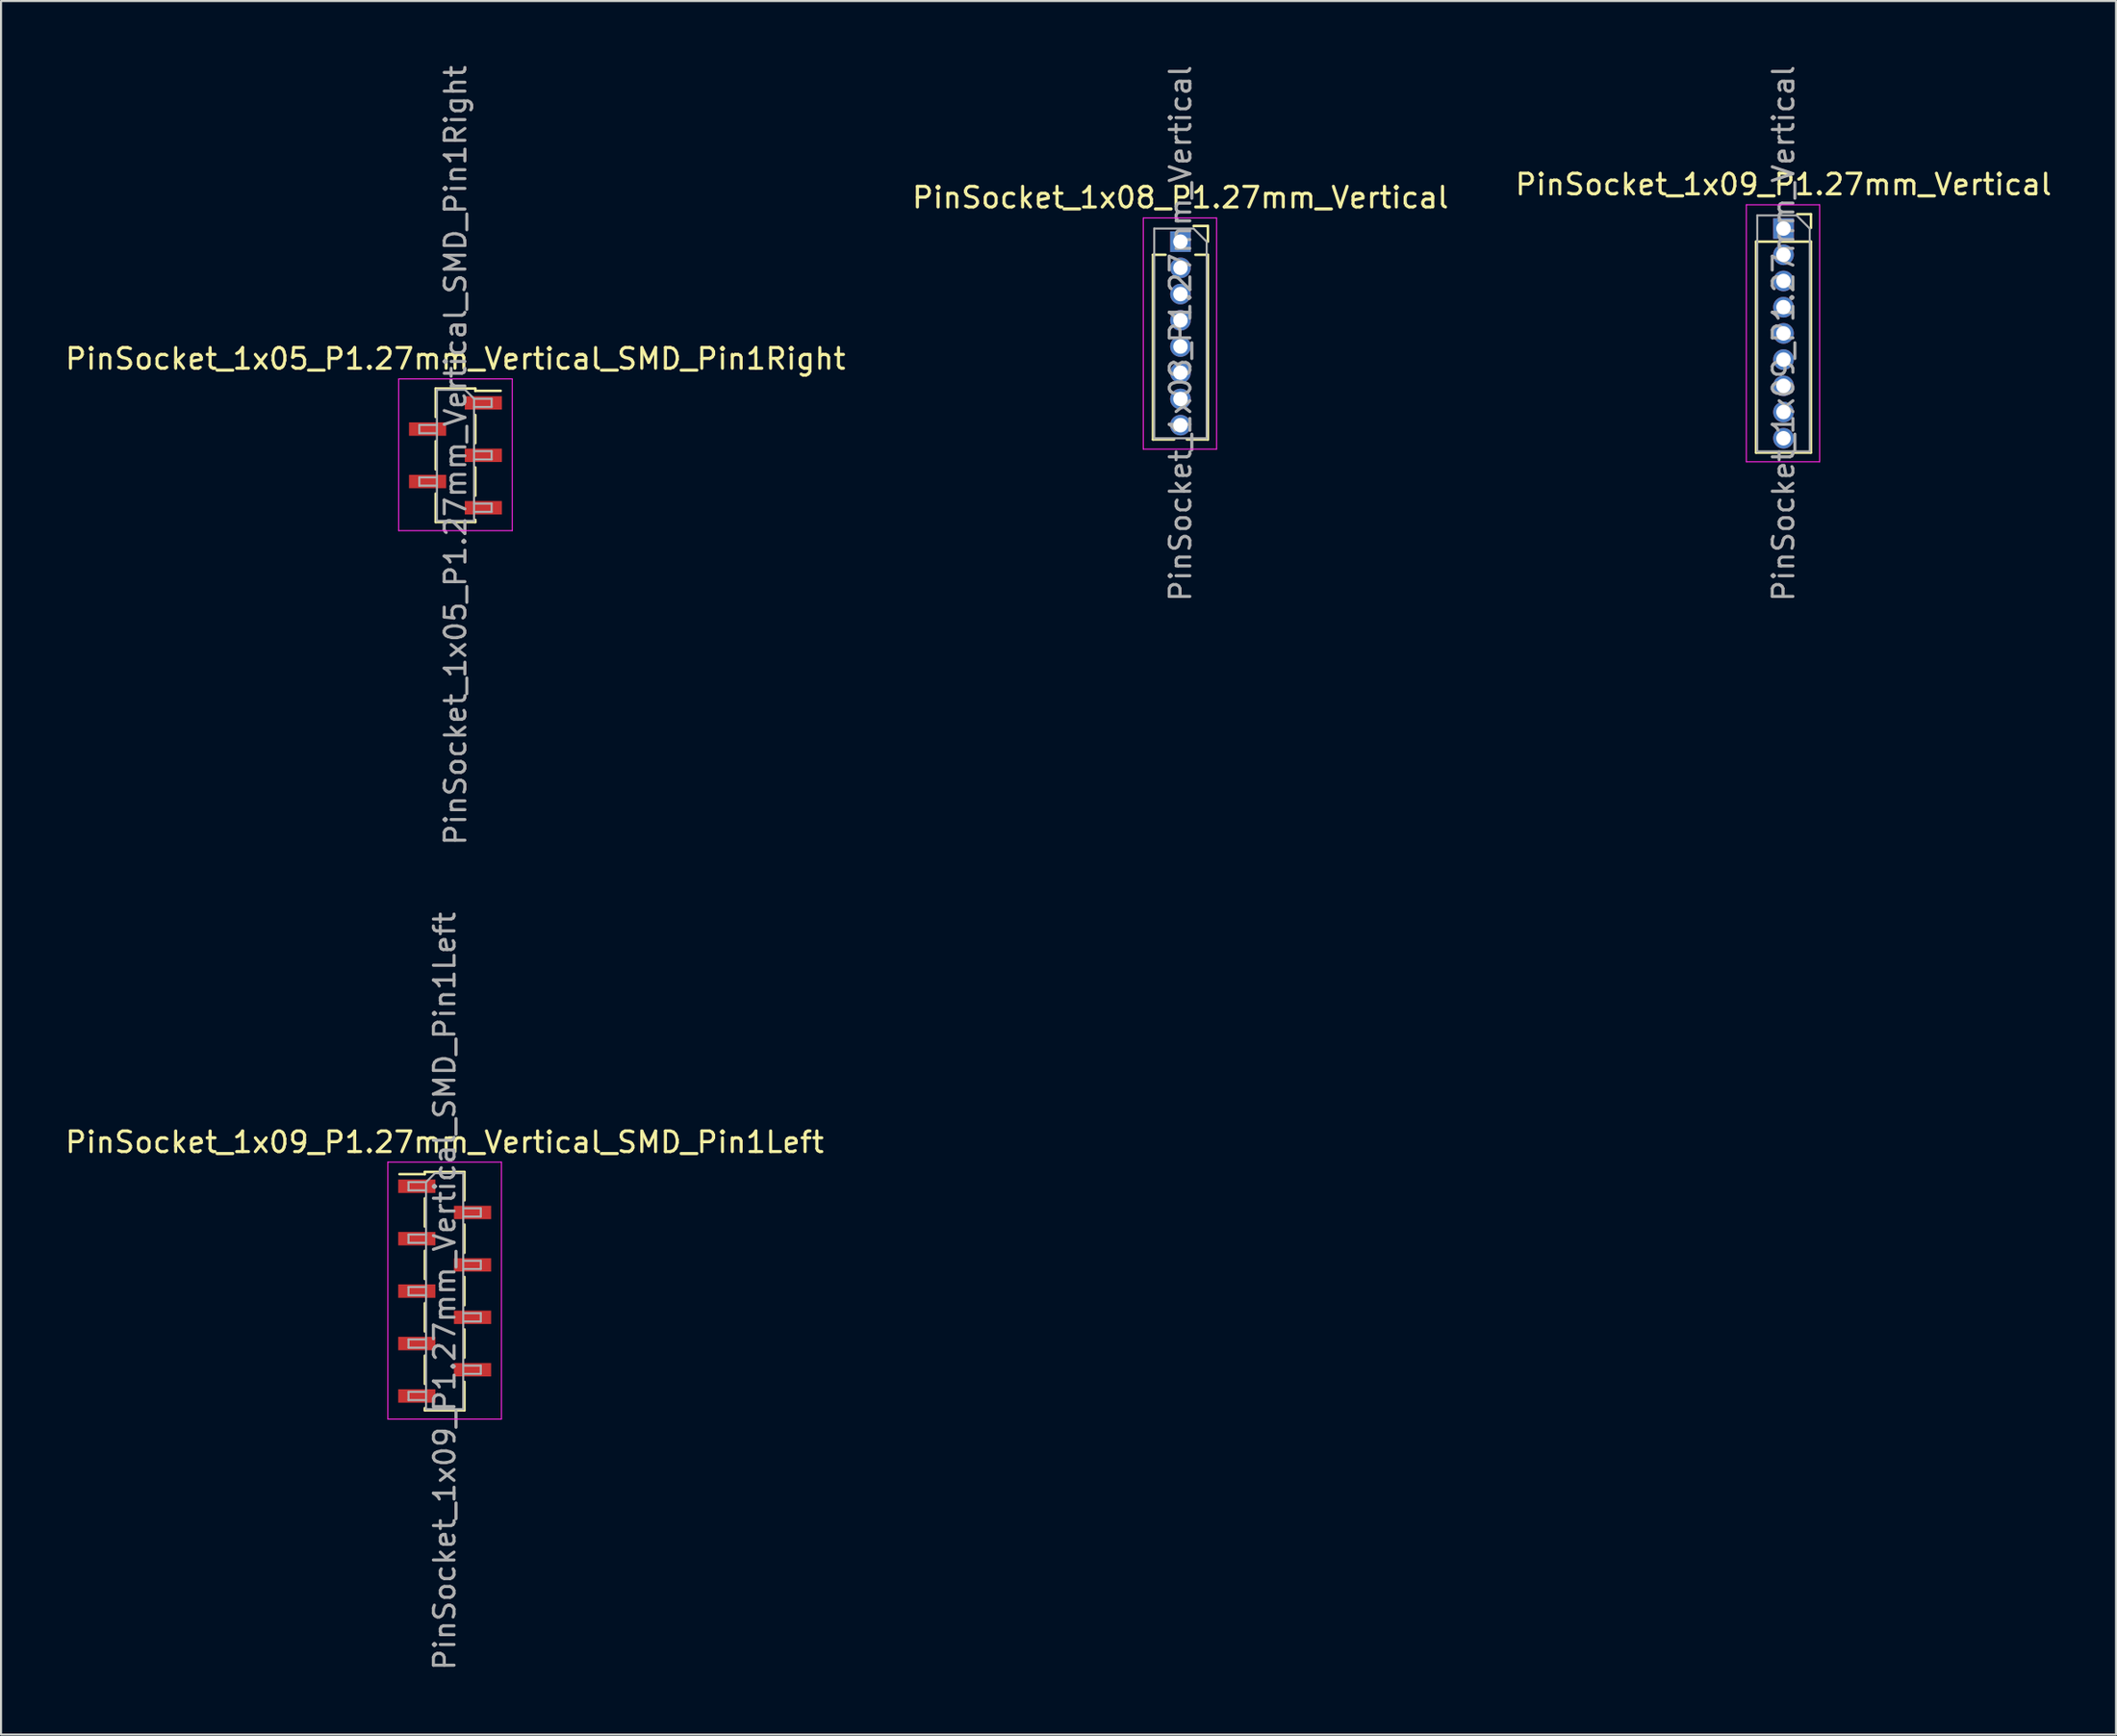
<source format=kicad_pcb>
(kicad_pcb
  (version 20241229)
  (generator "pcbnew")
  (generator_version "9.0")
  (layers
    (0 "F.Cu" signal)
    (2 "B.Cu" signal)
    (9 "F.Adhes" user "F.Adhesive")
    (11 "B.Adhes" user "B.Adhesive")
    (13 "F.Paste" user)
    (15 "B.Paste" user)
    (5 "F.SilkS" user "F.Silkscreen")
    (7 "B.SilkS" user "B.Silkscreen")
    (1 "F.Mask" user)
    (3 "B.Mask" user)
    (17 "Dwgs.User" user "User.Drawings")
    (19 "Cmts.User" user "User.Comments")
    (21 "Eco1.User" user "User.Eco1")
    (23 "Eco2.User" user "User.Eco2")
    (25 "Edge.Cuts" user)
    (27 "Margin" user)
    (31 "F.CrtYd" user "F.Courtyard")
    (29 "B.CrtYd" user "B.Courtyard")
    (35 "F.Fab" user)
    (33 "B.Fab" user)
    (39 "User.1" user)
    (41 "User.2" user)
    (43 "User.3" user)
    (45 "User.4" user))
  (footprint "PinSocket_1x09_P1.27mm_Vertical"
    (layer "F.Cu")
    (at 83.315 8.021)
    (property "Reference" "PinSocket_1x09_P1.27mm_Vertical" (at 0 -2.135 0) (layer "F.SilkS") (effects (font (size 1 1) (thickness 0.15))))
    (attr through_hole)
    (fp_line (start -1.33 0.635) (end -1.33 10.855) (stroke (width 0.12) (type solid)) (layer "F.SilkS"))
    (fp_line (start -1.33 10.855) (end 1.33 10.855) (stroke (width 0.12) (type solid)) (layer "F.SilkS"))
    (fp_line (start 1.33 -0.695) (end 0.665 -0.695) (stroke (width 0.12) (type solid)) (layer "F.SilkS"))
    (fp_line (start 1.33 -0.03) (end 1.33 -0.695) (stroke (width 0.12) (type solid)) (layer "F.SilkS"))
    (fp_line (start 1.33 0.635) (end -1.33 0.635) (stroke (width 0.12) (type solid)) (layer "F.SilkS"))
    (fp_line (start 1.33 10.855) (end 1.33 0.635) (stroke (width 0.12) (type solid)) (layer "F.SilkS"))
    (fp_line (start -1.8 -1.15) (end 1.75 -1.15) (stroke (width 0.05) (type solid)) (layer "F.CrtYd"))
    (fp_line (start -1.8 11.3) (end -1.8 -1.15) (stroke (width 0.05) (type solid)) (layer "F.CrtYd"))
    (fp_line (start 1.75 -1.15) (end 1.75 11.3) (stroke (width 0.05) (type solid)) (layer "F.CrtYd"))
    (fp_line (start 1.75 11.3) (end -1.8 11.3) (stroke (width 0.05) (type solid)) (layer "F.CrtYd"))
    (fp_line (start -1.27 -0.635) (end 0.635 -0.635) (stroke (width 0.1) (type solid)) (layer "F.Fab"))
    (fp_line (start -1.27 10.795) (end -1.27 -0.635) (stroke (width 0.1) (type solid)) (layer "F.Fab"))
    (fp_line (start 0.635 -0.635) (end 1.27 0) (stroke (width 0.1) (type solid)) (layer "F.Fab"))
    (fp_line (start 1.27 0) (end 1.27 10.795) (stroke (width 0.1) (type solid)) (layer "F.Fab"))
    (fp_line (start 1.27 10.795) (end -1.27 10.795) (stroke (width 0.1) (type solid)) (layer "F.Fab"))
    (fp_text user "${REFERENCE}" (at 0 5.08 90) (layer "F.Fab") (effects (font (size 1 1) (thickness 0.15))))
    (pad "1" thru_hole rect (at 0 0) (size 1 1) (drill 0.7) (layers "*.Cu" "*.Mask"))
    (pad "2" thru_hole oval (at 0 1.27) (size 1 1) (drill 0.7) (layers "*.Cu" "*.Mask"))
    (pad "3" thru_hole oval (at 0 2.54) (size 1 1) (drill 0.7) (layers "*.Cu" "*.Mask"))
    (pad "4" thru_hole oval (at 0 3.81) (size 1 1) (drill 0.7) (layers "*.Cu" "*.Mask"))
    (pad "5" thru_hole oval (at 0 5.08) (size 1 1) (drill 0.7) (layers "*.Cu" "*.Mask"))
    (pad "6" thru_hole oval (at 0 6.35) (size 1 1) (drill 0.7) (layers "*.Cu" "*.Mask"))
    (pad "7" thru_hole oval (at 0 7.62) (size 1 1) (drill 0.7) (layers "*.Cu" "*.Mask"))
    (pad "8" thru_hole oval (at 0 8.89) (size 1 1) (drill 0.7) (layers "*.Cu" "*.Mask"))
    (pad "9" thru_hole oval (at 0 10.16) (size 1 1) (drill 0.7) (layers "*.Cu" "*.Mask")))
  (footprint "PinSocket_1x08_P1.27mm_Vertical"
    (layer "F.Cu")
    (at 54.113 8.656)
    (property "Reference" "PinSocket_1x08_P1.27mm_Vertical" (at 0 -2.135 0) (layer "F.SilkS") (effects (font (size 1 1) (thickness 0.15))))
    (attr through_hole)
    (fp_line (start -1.33 0.635) (end -1.33 9.585) (stroke (width 0.12) (type solid)) (layer "F.SilkS"))
    (fp_line (start -1.33 0.635) (end -0.722 0.635) (stroke (width 0.12) (type solid)) (layer "F.SilkS"))
    (fp_line (start -1.33 9.585) (end -0.308 9.585) (stroke (width 0.12) (type solid)) (layer "F.SilkS"))
    (fp_line (start 0.308 9.585) (end 1.33 9.585) (stroke (width 0.12) (type solid)) (layer "F.SilkS"))
    (fp_line (start 0.635 -0.76) (end 1.33 -0.76) (stroke (width 0.12) (type solid)) (layer "F.SilkS"))
    (fp_line (start 0.722 0.635) (end 1.33 0.635) (stroke (width 0.12) (type solid)) (layer "F.SilkS"))
    (fp_line (start 1.33 -0.76) (end 1.33 0) (stroke (width 0.12) (type solid)) (layer "F.SilkS"))
    (fp_line (start 1.33 0.635) (end 1.33 9.585) (stroke (width 0.12) (type solid)) (layer "F.SilkS"))
    (fp_line (start -1.8 -1.15) (end 1.75 -1.15) (stroke (width 0.05) (type solid)) (layer "F.CrtYd"))
    (fp_line (start -1.8 10.05) (end -1.8 -1.15) (stroke (width 0.05) (type solid)) (layer "F.CrtYd"))
    (fp_line (start 1.75 -1.15) (end 1.75 10.05) (stroke (width 0.05) (type solid)) (layer "F.CrtYd"))
    (fp_line (start 1.75 10.05) (end -1.8 10.05) (stroke (width 0.05) (type solid)) (layer "F.CrtYd"))
    (fp_line (start -1.27 -0.635) (end 0.635 -0.635) (stroke (width 0.1) (type solid)) (layer "F.Fab"))
    (fp_line (start -1.27 9.525) (end -1.27 -0.635) (stroke (width 0.1) (type solid)) (layer "F.Fab"))
    (fp_line (start 0.635 -0.635) (end 1.27 0) (stroke (width 0.1) (type solid)) (layer "F.Fab"))
    (fp_line (start 1.27 0) (end 1.27 9.525) (stroke (width 0.1) (type solid)) (layer "F.Fab"))
    (fp_line (start 1.27 9.525) (end -1.27 9.525) (stroke (width 0.1) (type solid)) (layer "F.Fab"))
    (fp_text user "${REFERENCE}" (at 0 4.445 90) (layer "F.Fab") (effects (font (size 1 1) (thickness 0.15))))
    (pad "1" thru_hole rect (at 0 0) (size 1 1) (drill 0.7) (layers "*.Cu" "*.Mask"))
    (pad "2" thru_hole oval (at 0 1.27) (size 1 1) (drill 0.7) (layers "*.Cu" "*.Mask"))
    (pad "3" thru_hole oval (at 0 2.54) (size 1 1) (drill 0.7) (layers "*.Cu" "*.Mask"))
    (pad "4" thru_hole oval (at 0 3.81) (size 1 1) (drill 0.7) (layers "*.Cu" "*.Mask"))
    (pad "5" thru_hole oval (at 0 5.08) (size 1 1) (drill 0.7) (layers "*.Cu" "*.Mask"))
    (pad "6" thru_hole oval (at 0 6.35) (size 1 1) (drill 0.7) (layers "*.Cu" "*.Mask"))
    (pad "7" thru_hole oval (at 0 7.62) (size 1 1) (drill 0.7) (layers "*.Cu" "*.Mask"))
    (pad "8" thru_hole oval (at 0 8.89) (size 1 1) (drill 0.7) (layers "*.Cu" "*.Mask")))
  (footprint "PinSocket_1x05_P1.27mm_Vertical_SMD_Pin1Right"
    (layer "F.Cu")
    (at 19.006 19.006)
    (property "Reference" "PinSocket_1x05_P1.27mm_Vertical_SMD_Pin1Right" (at 0 -4.675 0) (layer "F.SilkS") (effects (font (size 1 1) (thickness 0.15))))
    (attr smd)
    (fp_line (start -0.96 -3.235) (end -0.96 -1.855) (stroke (width 0.12) (type solid)) (layer "F.SilkS"))
    (fp_line (start -0.96 -3.235) (end 0.96 -3.235) (stroke (width 0.12) (type solid)) (layer "F.SilkS"))
    (fp_line (start -0.96 -0.685) (end -0.96 0.685) (stroke (width 0.12) (type solid)) (layer "F.SilkS"))
    (fp_line (start -0.96 1.855) (end -0.96 3.235) (stroke (width 0.12) (type solid)) (layer "F.SilkS"))
    (fp_line (start -0.96 3.235) (end 0.96 3.235) (stroke (width 0.12) (type solid)) (layer "F.SilkS"))
    (fp_line (start 0.96 -3.235) (end 0.96 -3.125) (stroke (width 0.12) (type solid)) (layer "F.SilkS"))
    (fp_line (start 0.96 -3.125) (end 2.19 -3.125) (stroke (width 0.12) (type solid)) (layer "F.SilkS"))
    (fp_line (start 0.96 -1.955) (end 0.96 -0.585) (stroke (width 0.12) (type solid)) (layer "F.SilkS"))
    (fp_line (start 0.96 0.585) (end 0.96 1.955) (stroke (width 0.12) (type solid)) (layer "F.SilkS"))
    (fp_line (start 0.96 3.125) (end 0.96 3.235) (stroke (width 0.12) (type solid)) (layer "F.SilkS"))
    (fp_line (start -2.75 -3.7) (end 2.75 -3.7) (stroke (width 0.05) (type solid)) (layer "F.CrtYd"))
    (fp_line (start -2.75 3.65) (end -2.75 -3.7) (stroke (width 0.05) (type solid)) (layer "F.CrtYd"))
    (fp_line (start 2.75 -3.7) (end 2.75 3.65) (stroke (width 0.05) (type solid)) (layer "F.CrtYd"))
    (fp_line (start 2.75 3.65) (end -2.75 3.65) (stroke (width 0.05) (type solid)) (layer "F.CrtYd"))
    (fp_line (start -1.75 -1.47) (end -0.9 -1.47) (stroke (width 0.1) (type solid)) (layer "F.Fab"))
    (fp_line (start -1.75 -1.07) (end -1.75 -1.47) (stroke (width 0.1) (type solid)) (layer "F.Fab"))
    (fp_line (start -1.75 1.07) (end -0.9 1.07) (stroke (width 0.1) (type solid)) (layer "F.Fab"))
    (fp_line (start -1.75 1.47) (end -1.75 1.07) (stroke (width 0.1) (type solid)) (layer "F.Fab"))
    (fp_line (start -0.9 -3.175) (end 0.465 -3.175) (stroke (width 0.1) (type solid)) (layer "F.Fab"))
    (fp_line (start -0.9 -1.07) (end -1.75 -1.07) (stroke (width 0.1) (type solid)) (layer "F.Fab"))
    (fp_line (start -0.9 1.47) (end -1.75 1.47) (stroke (width 0.1) (type solid)) (layer "F.Fab"))
    (fp_line (start -0.9 3.175) (end -0.9 -3.175) (stroke (width 0.1) (type solid)) (layer "F.Fab"))
    (fp_line (start 0.465 -3.175) (end 0.9 -2.74) (stroke (width 0.1) (type solid)) (layer "F.Fab"))
    (fp_line (start 0.9 -2.74) (end 0.9 3.175) (stroke (width 0.1) (type solid)) (layer "F.Fab"))
    (fp_line (start 0.9 -2.74) (end 1.75 -2.74) (stroke (width 0.1) (type solid)) (layer "F.Fab"))
    (fp_line (start 0.9 -0.2) (end 1.75 -0.2) (stroke (width 0.1) (type solid)) (layer "F.Fab"))
    (fp_line (start 0.9 2.34) (end 1.75 2.34) (stroke (width 0.1) (type solid)) (layer "F.Fab"))
    (fp_line (start 0.9 3.175) (end -0.9 3.175) (stroke (width 0.1) (type solid)) (layer "F.Fab"))
    (fp_line (start 1.75 -2.74) (end 1.75 -2.34) (stroke (width 0.1) (type solid)) (layer "F.Fab"))
    (fp_line (start 1.75 -2.34) (end 0.9 -2.34) (stroke (width 0.1) (type solid)) (layer "F.Fab"))
    (fp_line (start 1.75 -0.2) (end 1.75 0.2) (stroke (width 0.1) (type solid)) (layer "F.Fab"))
    (fp_line (start 1.75 0.2) (end 0.9 0.2) (stroke (width 0.1) (type solid)) (layer "F.Fab"))
    (fp_line (start 1.75 2.34) (end 1.75 2.74) (stroke (width 0.1) (type solid)) (layer "F.Fab"))
    (fp_line (start 1.75 2.74) (end 0.9 2.74) (stroke (width 0.1) (type solid)) (layer "F.Fab"))
    (fp_text user "${REFERENCE}" (at 0 0 90) (layer "F.Fab") (effects (font (size 1 1) (thickness 0.15))))
    (pad "1" smd rect (at 1.35 -2.54) (size 1.8 0.65) (layers "F.Cu" "F.Mask" "F.Paste"))
    (pad "2" smd rect (at -1.35 -1.27) (size 1.8 0.65) (layers "F.Cu" "F.Mask" "F.Paste"))
    (pad "3" smd rect (at 1.35 0) (size 1.8 0.65) (layers "F.Cu" "F.Mask" "F.Paste"))
    (pad "4" smd rect (at -1.35 1.27) (size 1.8 0.65) (layers "F.Cu" "F.Mask" "F.Paste"))
    (pad "5" smd rect (at 1.35 2.54) (size 1.8 0.65) (layers "F.Cu" "F.Mask" "F.Paste")))
  (footprint "PinSocket_1x09_P1.27mm_Vertical_SMD_Pin1Left"
    (layer "F.Cu")
    (at 18.482 59.494)
    (property "Reference" "PinSocket_1x09_P1.27mm_Vertical_SMD_Pin1Left" (at 0 -7.215 0) (layer "F.SilkS") (effects (font (size 1 1) (thickness 0.15))))
    (attr smd)
    (fp_line (start -2.19 -5.665) (end -0.96 -5.665) (stroke (width 0.12) (type solid)) (layer "F.SilkS"))
    (fp_line (start -0.96 -5.775) (end -0.96 -5.665) (stroke (width 0.12) (type solid)) (layer "F.SilkS"))
    (fp_line (start -0.96 -5.775) (end 0.96 -5.775) (stroke (width 0.12) (type solid)) (layer "F.SilkS"))
    (fp_line (start -0.96 -4.495) (end -0.96 -3.125) (stroke (width 0.12) (type solid)) (layer "F.SilkS"))
    (fp_line (start -0.96 -1.955) (end -0.96 -0.585) (stroke (width 0.12) (type solid)) (layer "F.SilkS"))
    (fp_line (start -0.96 0.585) (end -0.96 1.955) (stroke (width 0.12) (type solid)) (layer "F.SilkS"))
    (fp_line (start -0.96 3.125) (end -0.96 4.495) (stroke (width 0.12) (type solid)) (layer "F.SilkS"))
    (fp_line (start -0.96 5.665) (end -0.96 5.775) (stroke (width 0.12) (type solid)) (layer "F.SilkS"))
    (fp_line (start -0.96 5.775) (end 0.96 5.775) (stroke (width 0.12) (type solid)) (layer "F.SilkS"))
    (fp_line (start 0.96 -5.775) (end 0.96 -4.395) (stroke (width 0.12) (type solid)) (layer "F.SilkS"))
    (fp_line (start 0.96 -3.225) (end 0.96 -1.855) (stroke (width 0.12) (type solid)) (layer "F.SilkS"))
    (fp_line (start 0.96 -0.685) (end 0.96 0.685) (stroke (width 0.12) (type solid)) (layer "F.SilkS"))
    (fp_line (start 0.96 1.855) (end 0.96 3.225) (stroke (width 0.12) (type solid)) (layer "F.SilkS"))
    (fp_line (start 0.96 4.395) (end 0.96 5.775) (stroke (width 0.12) (type solid)) (layer "F.SilkS"))
    (fp_line (start -2.75 -6.25) (end 2.75 -6.25) (stroke (width 0.05) (type solid)) (layer "F.CrtYd"))
    (fp_line (start -2.75 6.2) (end -2.75 -6.25) (stroke (width 0.05) (type solid)) (layer "F.CrtYd"))
    (fp_line (start 2.75 -6.25) (end 2.75 6.2) (stroke (width 0.05) (type solid)) (layer "F.CrtYd"))
    (fp_line (start 2.75 6.2) (end -2.75 6.2) (stroke (width 0.05) (type solid)) (layer "F.CrtYd"))
    (fp_line (start -1.75 -5.28) (end -0.9 -5.28) (stroke (width 0.1) (type solid)) (layer "F.Fab"))
    (fp_line (start -1.75 -4.88) (end -1.75 -5.28) (stroke (width 0.1) (type solid)) (layer "F.Fab"))
    (fp_line (start -1.75 -2.74) (end -0.9 -2.74) (stroke (width 0.1) (type solid)) (layer "F.Fab"))
    (fp_line (start -1.75 -2.34) (end -1.75 -2.74) (stroke (width 0.1) (type solid)) (layer "F.Fab"))
    (fp_line (start -1.75 -0.2) (end -0.9 -0.2) (stroke (width 0.1) (type solid)) (layer "F.Fab"))
    (fp_line (start -1.75 0.2) (end -1.75 -0.2) (stroke (width 0.1) (type solid)) (layer "F.Fab"))
    (fp_line (start -1.75 2.34) (end -0.9 2.34) (stroke (width 0.1) (type solid)) (layer "F.Fab"))
    (fp_line (start -1.75 2.74) (end -1.75 2.34) (stroke (width 0.1) (type solid)) (layer "F.Fab"))
    (fp_line (start -1.75 4.88) (end -0.9 4.88) (stroke (width 0.1) (type solid)) (layer "F.Fab"))
    (fp_line (start -1.75 5.28) (end -1.75 4.88) (stroke (width 0.1) (type solid)) (layer "F.Fab"))
    (fp_line (start -0.9 -5.28) (end -0.465 -5.715) (stroke (width 0.1) (type solid)) (layer "F.Fab"))
    (fp_line (start -0.9 -4.88) (end -1.75 -4.88) (stroke (width 0.1) (type solid)) (layer "F.Fab"))
    (fp_line (start -0.9 -2.34) (end -1.75 -2.34) (stroke (width 0.1) (type solid)) (layer "F.Fab"))
    (fp_line (start -0.9 0.2) (end -1.75 0.2) (stroke (width 0.1) (type solid)) (layer "F.Fab"))
    (fp_line (start -0.9 2.74) (end -1.75 2.74) (stroke (width 0.1) (type solid)) (layer "F.Fab"))
    (fp_line (start -0.9 5.28) (end -1.75 5.28) (stroke (width 0.1) (type solid)) (layer "F.Fab"))
    (fp_line (start -0.9 5.715) (end -0.9 -5.28) (stroke (width 0.1) (type solid)) (layer "F.Fab"))
    (fp_line (start -0.465 -5.715) (end 0.9 -5.715) (stroke (width 0.1) (type solid)) (layer "F.Fab"))
    (fp_line (start 0.9 -5.715) (end 0.9 5.715) (stroke (width 0.1) (type solid)) (layer "F.Fab"))
    (fp_line (start 0.9 -4.01) (end 1.75 -4.01) (stroke (width 0.1) (type solid)) (layer "F.Fab"))
    (fp_line (start 0.9 -1.47) (end 1.75 -1.47) (stroke (width 0.1) (type solid)) (layer "F.Fab"))
    (fp_line (start 0.9 1.07) (end 1.75 1.07) (stroke (width 0.1) (type solid)) (layer "F.Fab"))
    (fp_line (start 0.9 3.61) (end 1.75 3.61) (stroke (width 0.1) (type solid)) (layer "F.Fab"))
    (fp_line (start 0.9 5.715) (end -0.9 5.715) (stroke (width 0.1) (type solid)) (layer "F.Fab"))
    (fp_line (start 1.75 -4.01) (end 1.75 -3.61) (stroke (width 0.1) (type solid)) (layer "F.Fab"))
    (fp_line (start 1.75 -3.61) (end 0.9 -3.61) (stroke (width 0.1) (type solid)) (layer "F.Fab"))
    (fp_line (start 1.75 -1.47) (end 1.75 -1.07) (stroke (width 0.1) (type solid)) (layer "F.Fab"))
    (fp_line (start 1.75 -1.07) (end 0.9 -1.07) (stroke (width 0.1) (type solid)) (layer "F.Fab"))
    (fp_line (start 1.75 1.07) (end 1.75 1.47) (stroke (width 0.1) (type solid)) (layer "F.Fab"))
    (fp_line (start 1.75 1.47) (end 0.9 1.47) (stroke (width 0.1) (type solid)) (layer "F.Fab"))
    (fp_line (start 1.75 3.61) (end 1.75 4.01) (stroke (width 0.1) (type solid)) (layer "F.Fab"))
    (fp_line (start 1.75 4.01) (end 0.9 4.01) (stroke (width 0.1) (type solid)) (layer "F.Fab"))
    (fp_text user "${REFERENCE}" (at 0 0 90) (layer "F.Fab") (effects (font (size 1 1) (thickness 0.15))))
    (pad "1" smd rect (at -1.35 -5.08) (size 1.8 0.65) (layers "F.Cu" "F.Mask" "F.Paste"))
    (pad "2" smd rect (at 1.35 -3.81) (size 1.8 0.65) (layers "F.Cu" "F.Mask" "F.Paste"))
    (pad "3" smd rect (at -1.35 -2.54) (size 1.8 0.65) (layers "F.Cu" "F.Mask" "F.Paste"))
    (pad "4" smd rect (at 1.35 -1.27) (size 1.8 0.65) (layers "F.Cu" "F.Mask" "F.Paste"))
    (pad "5" smd rect (at -1.35 0) (size 1.8 0.65) (layers "F.Cu" "F.Mask" "F.Paste"))
    (pad "6" smd rect (at 1.35 1.27) (size 1.8 0.65) (layers "F.Cu" "F.Mask" "F.Paste"))
    (pad "7" smd rect (at -1.35 2.54) (size 1.8 0.65) (layers "F.Cu" "F.Mask" "F.Paste"))
    (pad "8" smd rect (at 1.35 3.81) (size 1.8 0.65) (layers "F.Cu" "F.Mask" "F.Paste"))
    (pad "9" smd rect (at -1.35 5.08) (size 1.8 0.65) (layers "F.Cu" "F.Mask" "F.Paste")))
  (gr_rect
    (start -3 -3)
    (end 99.417 80.976)
    (stroke (width 0.1) (type default))
    (fill no)
    (layer "Edge.Cuts")))
</source>
